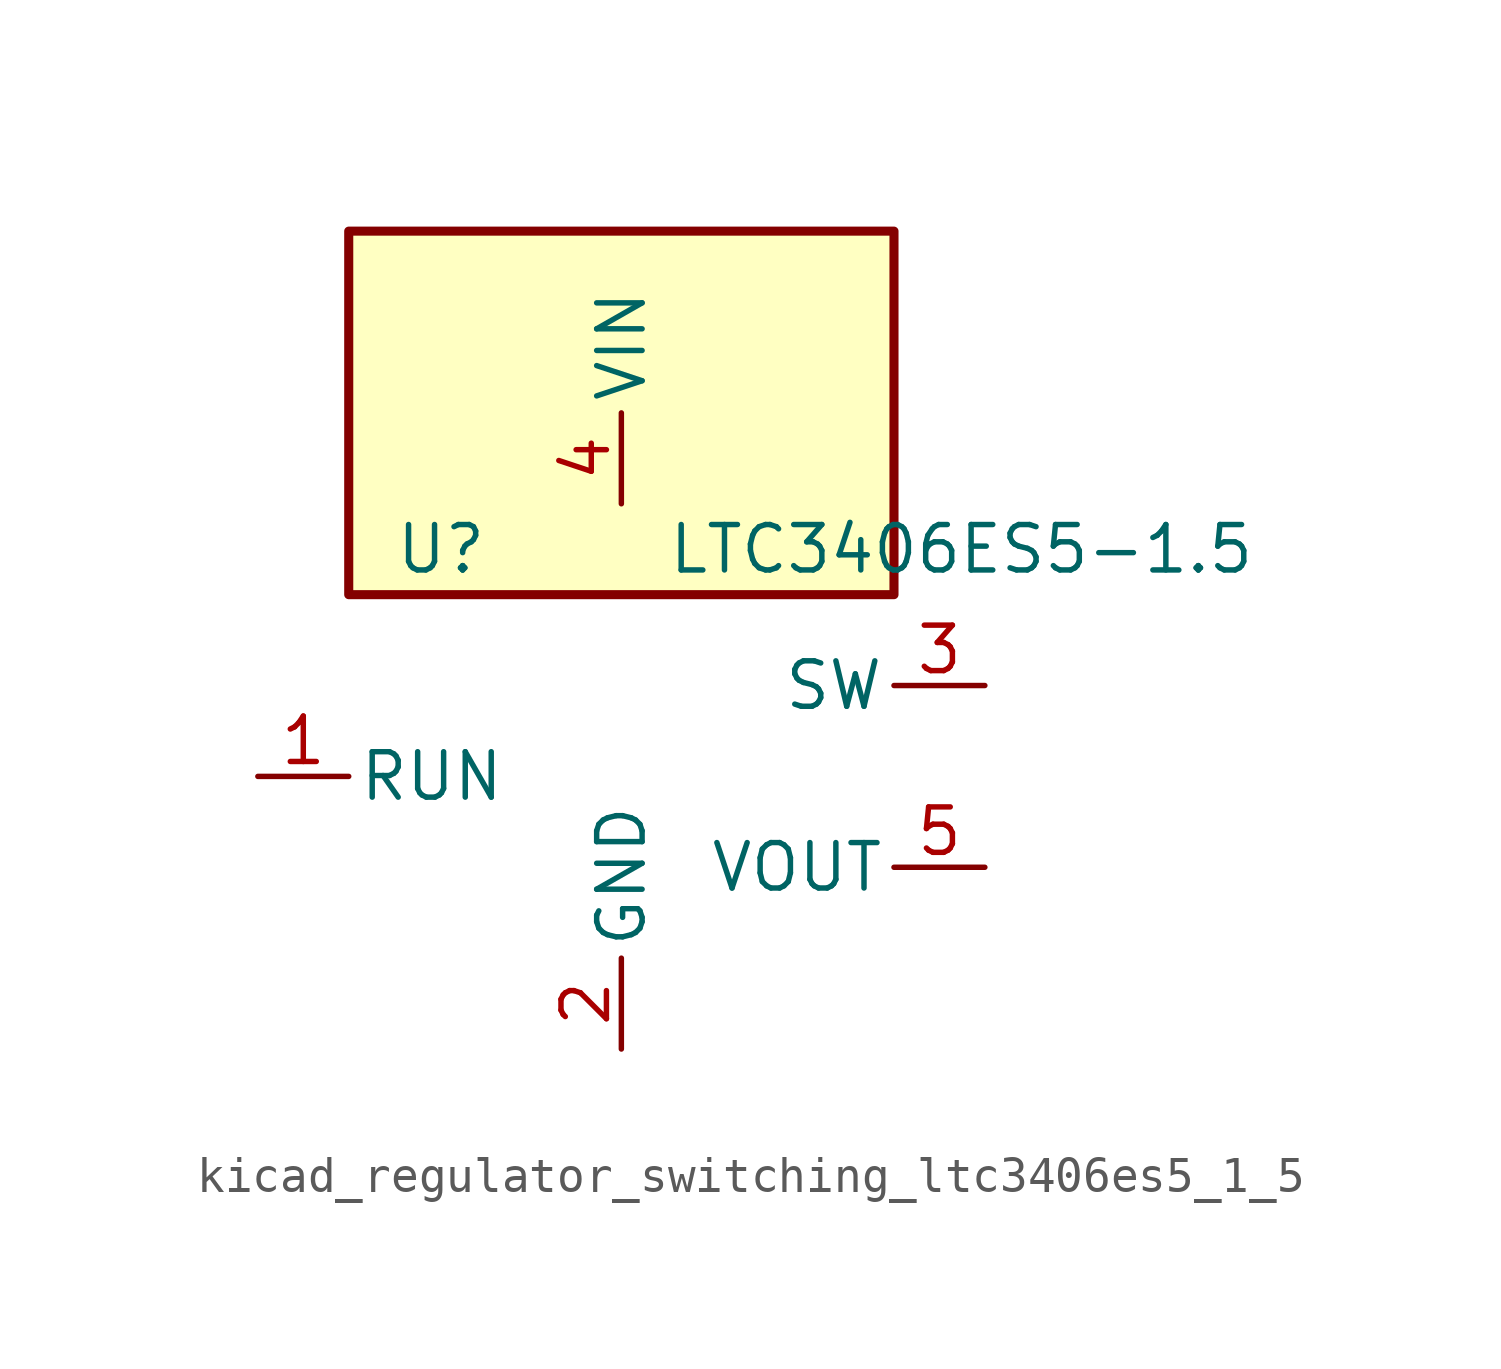
<source format=kicad_sym>
(kicad_symbol_lib
  (version 20220914)
  (generator kicad_symbol_editor)
  (symbol "kicad_regulator_switching_ltc3406es5_1_5"
    (pin_names
      (offset 0.254))
    (property "Reference" "U"
      (at -6.35 6.35 0)
      (effects (font (size 1.27 1.27)) (justify left)))
    (property "Value" "LTC3406ES5-1.5"
      (at 1.27 6.35 0)
      (effects (font (size 1.27 1.27)) (justify left)))
    (symbol "kicad_regulator_switching_ltc3406es5_1_5_0_1"
      (rectangle (start 7.62 15.24) (end -7.62 5.08) (stroke (width 0.254) (type default)) (fill (type background))))
    (symbol "kicad_regulator_switching_ltc3406es5_1_5_1_1"
      (pin input line (at -10.16 0 0) (length 2.54) (name "RUN" (effects (font (size 1.27 1.27)))) (number "1" (effects (font (size 1.27 1.27)))))
      (pin power_in line (at 0 -7.62 90) (length 2.54) (name "GND" (effects (font (size 1.27 1.27)))) (number "2" (effects (font (size 1.27 1.27)))))
      (pin output line (at 10.16 2.54 180) (length 2.54) (name "SW" (effects (font (size 1.27 1.27)))) (number "3" (effects (font (size 1.27 1.27)))))
      (pin power_in line (at 0 7.62 90) (length 2.54) (name "VIN" (effects (font (size 1.27 1.27)))) (number "4" (effects (font (size 1.27 1.27)))))
      (pin power_out line (at 10.16 -2.54 180) (length 2.54) (name "VOUT" (effects (font (size 1.27 1.27)))) (number "5" (effects (font (size 1.27 1.27))))))))
</source>
